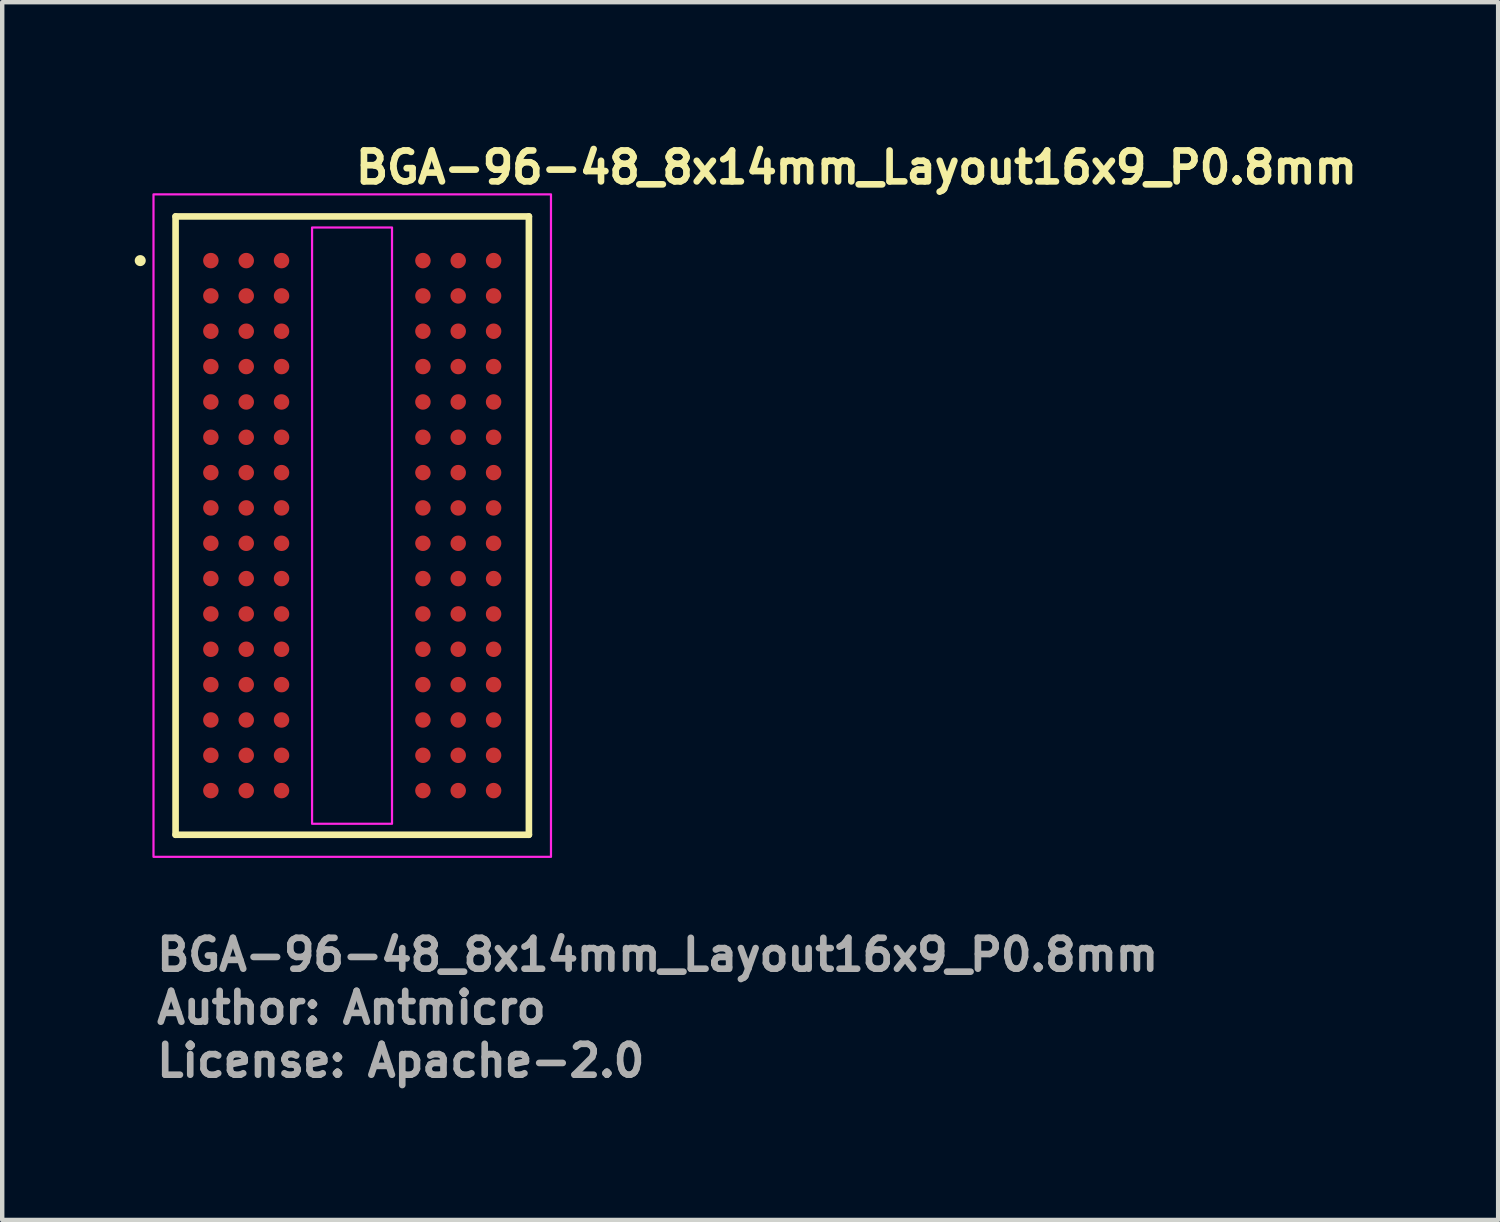
<source format=kicad_pcb>
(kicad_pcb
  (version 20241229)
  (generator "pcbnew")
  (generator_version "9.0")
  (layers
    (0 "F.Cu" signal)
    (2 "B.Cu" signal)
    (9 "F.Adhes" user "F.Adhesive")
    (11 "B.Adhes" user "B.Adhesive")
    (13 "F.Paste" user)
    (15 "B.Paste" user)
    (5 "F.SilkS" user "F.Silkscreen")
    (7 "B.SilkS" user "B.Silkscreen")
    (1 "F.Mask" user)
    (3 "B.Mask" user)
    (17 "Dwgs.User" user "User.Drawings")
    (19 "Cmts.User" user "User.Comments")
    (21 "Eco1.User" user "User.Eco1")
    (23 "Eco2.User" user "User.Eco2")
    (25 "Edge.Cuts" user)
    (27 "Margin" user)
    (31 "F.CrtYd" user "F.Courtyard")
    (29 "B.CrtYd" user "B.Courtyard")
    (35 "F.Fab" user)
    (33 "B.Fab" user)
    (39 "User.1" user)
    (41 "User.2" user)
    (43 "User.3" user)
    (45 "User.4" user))
  (footprint "BGA-96-48_8x14mm_Layout16x9_P0.8mm"
    (layer "F.Cu")
    (at 4.925 8.85)
    (property "Reference" "BGA-96-48_8x14mm_Layout16x9_P0.8mm" (at 0 -7.7 0) (layer "F.SilkS") (effects (font (size 0.7 0.7) (thickness 0.15)) (justify left bottom)))
    (attr smd)
    (fp_line (start -4 -7) (end -4 6.999) (stroke (width 0.15) (type solid)) (layer "F.SilkS"))
    (fp_line (start -4 6.999) (end 3.999 6.999) (stroke (width 0.15) (type solid)) (layer "F.SilkS"))
    (fp_line (start 3.999 -7) (end -4 -7) (stroke (width 0.15) (type solid)) (layer "F.SilkS"))
    (fp_line (start 3.999 6.999) (end 3.999 -7) (stroke (width 0.15) (type solid)) (layer "F.SilkS"))
    (fp_circle (center -4.8 -6) (end -4.75 -6) (stroke (width 0.15) (type solid)) (fill yes) (layer "F.SilkS"))
    (fp_rect (start -4.5 -7.5) (end 4.499 7.499) (stroke (width 0.05) (type solid)) (fill no) (layer "F.CrtYd"))
    (fp_poly (pts (xy -0.91 -6.75) (xy 0.9 -6.75) (xy 0.9 6.75) (xy -0.91 6.75)) (stroke (width 0.05) (type solid)) (fill no) (layer "F.CrtYd"))
    (fp_rect (start -4 -7) (end 3.999 6.999) (stroke (width 0.1) (type solid)) (fill no) (layer "User.5"))
    (fp_line (start -4 -7) (end 3.999 -7) (stroke (width 0.02) (type solid)) (layer "User.9"))
    (fp_line (start -4 6.999) (end -4 -7) (stroke (width 0.02) (type solid)) (layer "User.9"))
    (fp_line (start -3.687 -6.026) (end -3.687 -6) (stroke (width 0.02) (type solid)) (layer "User.9"))
    (fp_line (start -3.687 -6) (end -3.687 -6) (stroke (width 0.02) (type solid)) (layer "User.9"))
    (fp_line (start -3.687 -6) (end -3.687 -5.975) (stroke (width 0.02) (type solid)) (layer "User.9"))
    (fp_line (start -3.687 -5.975) (end -3.685 -5.951) (stroke (width 0.02) (type solid)) (layer "User.9"))
    (fp_line (start -3.685 -6.05) (end -3.687 -6.026) (stroke (width 0.02) (type solid)) (layer "User.9"))
    (fp_line (start -3.685 -5.951) (end -3.682 -5.926) (stroke (width 0.02) (type solid)) (layer "User.9"))
    (fp_line (start -3.682 -6.075) (end -3.685 -6.05) (stroke (width 0.02) (type solid)) (layer "User.9"))
    (fp_line (start -3.682 -5.926) (end -3.677 -5.902) (stroke (width 0.02) (type solid)) (layer "User.9"))
    (fp_line (start -3.677 -6.099) (end -3.682 -6.075) (stroke (width 0.02) (type solid)) (layer "User.9"))
    (fp_line (start -3.677 -5.902) (end -3.672 -5.879) (stroke (width 0.02) (type solid)) (layer "User.9"))
    (fp_line (start -3.672 -6.122) (end -3.677 -6.099) (stroke (width 0.02) (type solid)) (layer "User.9"))
    (fp_line (start -3.672 -5.879) (end -3.665 -5.856) (stroke (width 0.02) (type solid)) (layer "User.9"))
    (fp_line (start -3.665 -6.145) (end -3.672 -6.122) (stroke (width 0.02) (type solid)) (layer "User.9"))
    (fp_line (start -3.665 -5.856) (end -3.658 -5.833) (stroke (width 0.02) (type solid)) (layer "User.9"))
    (fp_line (start -3.658 -6.168) (end -3.665 -6.145) (stroke (width 0.02) (type solid)) (layer "User.9"))
    (fp_line (start -3.658 -5.833) (end -3.649 -5.811) (stroke (width 0.02) (type solid)) (layer "User.9"))
    (fp_line (start -3.649 -6.19) (end -3.658 -6.168) (stroke (width 0.02) (type solid)) (layer "User.9"))
    (fp_line (start -3.649 -5.811) (end -3.639 -5.789) (stroke (width 0.02) (type solid)) (layer "User.9"))
    (fp_line (start -3.639 -6.212) (end -3.649 -6.19) (stroke (width 0.02) (type solid)) (layer "User.9"))
    (fp_line (start -3.639 -5.789) (end -3.629 -5.768) (stroke (width 0.02) (type solid)) (layer "User.9"))
    (fp_line (start -3.629 -6.233) (end -3.639 -6.212) (stroke (width 0.02) (type solid)) (layer "User.9"))
    (fp_line (start -3.629 -5.768) (end -3.617 -5.748) (stroke (width 0.02) (type solid)) (layer "User.9"))
    (fp_line (start -3.617 -6.253) (end -3.629 -6.233) (stroke (width 0.02) (type solid)) (layer "User.9"))
    (fp_line (start -3.617 -5.748) (end -3.604 -5.728) (stroke (width 0.02) (type solid)) (layer "User.9"))
    (fp_line (start -3.604 -6.273) (end -3.617 -6.253) (stroke (width 0.02) (type solid)) (layer "User.9"))
    (fp_line (start -3.604 -5.728) (end -3.591 -5.709) (stroke (width 0.02) (type solid)) (layer "User.9"))
    (fp_line (start -3.591 -6.292) (end -3.604 -6.273) (stroke (width 0.02) (type solid)) (layer "User.9"))
    (fp_line (start -3.591 -5.709) (end -3.576 -5.691) (stroke (width 0.02) (type solid)) (layer "User.9"))
    (fp_line (start -3.576 -6.31) (end -3.591 -6.292) (stroke (width 0.02) (type solid)) (layer "User.9"))
    (fp_line (start -3.576 -5.691) (end -3.561 -5.673) (stroke (width 0.02) (type solid)) (layer "User.9"))
    (fp_line (start -3.561 -6.328) (end -3.576 -6.31) (stroke (width 0.02) (type solid)) (layer "User.9"))
    (fp_line (start -3.561 -5.673) (end -3.545 -5.656) (stroke (width 0.02) (type solid)) (layer "User.9"))
    (fp_line (start -3.545 -6.345) (end -3.561 -6.328) (stroke (width 0.02) (type solid)) (layer "User.9"))
    (fp_line (start -3.545 -5.656) (end -3.528 -5.64) (stroke (width 0.02) (type solid)) (layer "User.9"))
    (fp_line (start -3.528 -6.361) (end -3.545 -6.345) (stroke (width 0.02) (type solid)) (layer "User.9"))
    (fp_line (start -3.528 -5.64) (end -3.51 -5.625) (stroke (width 0.02) (type solid)) (layer "User.9"))
    (fp_line (start -3.51 -6.376) (end -3.528 -6.361) (stroke (width 0.02) (type solid)) (layer "User.9"))
    (fp_line (start -3.51 -5.625) (end -3.492 -5.61) (stroke (width 0.02) (type solid)) (layer "User.9"))
    (fp_line (start -3.492 -6.391) (end -3.51 -6.376) (stroke (width 0.02) (type solid)) (layer "User.9"))
    (fp_line (start -3.492 -5.61) (end -3.473 -5.597) (stroke (width 0.02) (type solid)) (layer "User.9"))
    (fp_line (start -3.473 -6.404) (end -3.492 -6.391) (stroke (width 0.02) (type solid)) (layer "User.9"))
    (fp_line (start -3.473 -5.597) (end -3.453 -5.584) (stroke (width 0.02) (type solid)) (layer "User.9"))
    (fp_line (start -3.453 -6.417) (end -3.473 -6.404) (stroke (width 0.02) (type solid)) (layer "User.9"))
    (fp_line (start -3.453 -5.584) (end -3.433 -5.572) (stroke (width 0.02) (type solid)) (layer "User.9"))
    (fp_line (start -3.433 -6.429) (end -3.453 -6.417) (stroke (width 0.02) (type solid)) (layer "User.9"))
    (fp_line (start -3.433 -5.572) (end -3.412 -5.562) (stroke (width 0.02) (type solid)) (layer "User.9"))
    (fp_line (start -3.412 -6.439) (end -3.433 -6.429) (stroke (width 0.02) (type solid)) (layer "User.9"))
    (fp_line (start -3.412 -5.562) (end -3.39 -5.552) (stroke (width 0.02) (type solid)) (layer "User.9"))
    (fp_line (start -3.39 -6.449) (end -3.412 -6.439) (stroke (width 0.02) (type solid)) (layer "User.9"))
    (fp_line (start -3.39 -5.552) (end -3.368 -5.543) (stroke (width 0.02) (type solid)) (layer "User.9"))
    (fp_line (start -3.368 -6.458) (end -3.39 -6.449) (stroke (width 0.02) (type solid)) (layer "User.9"))
    (fp_line (start -3.368 -5.543) (end -3.345 -5.536) (stroke (width 0.02) (type solid)) (layer "User.9"))
    (fp_line (start -3.345 -6.465) (end -3.368 -6.458) (stroke (width 0.02) (type solid)) (layer "User.9"))
    (fp_line (start -3.345 -5.536) (end -3.322 -5.529) (stroke (width 0.02) (type solid)) (layer "User.9"))
    (fp_line (start -3.322 -6.472) (end -3.345 -6.465) (stroke (width 0.02) (type solid)) (layer "User.9"))
    (fp_line (start -3.322 -5.529) (end -3.299 -5.524) (stroke (width 0.02) (type solid)) (layer "User.9"))
    (fp_line (start -3.299 -6.477) (end -3.322 -6.472) (stroke (width 0.02) (type solid)) (layer "User.9"))
    (fp_line (start -3.299 -5.524) (end -3.275 -5.519) (stroke (width 0.02) (type solid)) (layer "User.9"))
    (fp_line (start -3.275 -6.482) (end -3.299 -6.477) (stroke (width 0.02) (type solid)) (layer "User.9"))
    (fp_line (start -3.275 -5.519) (end -3.25 -5.516) (stroke (width 0.02) (type solid)) (layer "User.9"))
    (fp_line (start -3.25 -6.485) (end -3.275 -6.482) (stroke (width 0.02) (type solid)) (layer "User.9"))
    (fp_line (start -3.25 -5.516) (end -3.226 -5.514) (stroke (width 0.02) (type solid)) (layer "User.9"))
    (fp_line (start -3.226 -6.487) (end -3.25 -6.485) (stroke (width 0.02) (type solid)) (layer "User.9"))
    (fp_line (start -3.226 -5.514) (end -3.201 -5.514) (stroke (width 0.02) (type solid)) (layer "User.9"))
    (fp_line (start -3.201 -6.487) (end -3.226 -6.487) (stroke (width 0.02) (type solid)) (layer "User.9"))
    (fp_line (start -3.201 -6.487) (end -3.201 -6.487) (stroke (width 0.02) (type solid)) (layer "User.9"))
    (fp_line (start -3.201 -5.514) (end -3.201 -5.514) (stroke (width 0.02) (type solid)) (layer "User.9"))
    (fp_line (start -3.201 -5.514) (end -3.175 -5.514) (stroke (width 0.02) (type solid)) (layer "User.9"))
    (fp_line (start -3.175 -6.487) (end -3.201 -6.487) (stroke (width 0.02) (type solid)) (layer "User.9"))
    (fp_line (start -3.175 -5.514) (end -3.151 -5.516) (stroke (width 0.02) (type solid)) (layer "User.9"))
    (fp_line (start -3.151 -6.485) (end -3.175 -6.487) (stroke (width 0.02) (type solid)) (layer "User.9"))
    (fp_line (start -3.151 -5.516) (end -3.126 -5.519) (stroke (width 0.02) (type solid)) (layer "User.9"))
    (fp_line (start -3.126 -6.482) (end -3.151 -6.485) (stroke (width 0.02) (type solid)) (layer "User.9"))
    (fp_line (start -3.126 -5.519) (end -3.102 -5.524) (stroke (width 0.02) (type solid)) (layer "User.9"))
    (fp_line (start -3.102 -6.477) (end -3.126 -6.482) (stroke (width 0.02) (type solid)) (layer "User.9"))
    (fp_line (start -3.102 -5.524) (end -3.079 -5.529) (stroke (width 0.02) (type solid)) (layer "User.9"))
    (fp_line (start -3.079 -6.472) (end -3.102 -6.477) (stroke (width 0.02) (type solid)) (layer "User.9"))
    (fp_line (start -3.079 -5.529) (end -3.056 -5.536) (stroke (width 0.02) (type solid)) (layer "User.9"))
    (fp_line (start -3.056 -6.465) (end -3.079 -6.472) (stroke (width 0.02) (type solid)) (layer "User.9"))
    (fp_line (start -3.056 -5.536) (end -3.033 -5.543) (stroke (width 0.02) (type solid)) (layer "User.9"))
    (fp_line (start -3.033 -6.458) (end -3.056 -6.465) (stroke (width 0.02) (type solid)) (layer "User.9"))
    (fp_line (start -3.033 -5.543) (end -3.011 -5.552) (stroke (width 0.02) (type solid)) (layer "User.9"))
    (fp_line (start -3.011 -6.449) (end -3.033 -6.458) (stroke (width 0.02) (type solid)) (layer "User.9"))
    (fp_line (start -3.011 -5.552) (end -2.989 -5.562) (stroke (width 0.02) (type solid)) (layer "User.9"))
    (fp_line (start -2.989 -6.439) (end -3.011 -6.449) (stroke (width 0.02) (type solid)) (layer "User.9"))
    (fp_line (start -2.989 -5.562) (end -2.968 -5.572) (stroke (width 0.02) (type solid)) (layer "User.9"))
    (fp_line (start -2.968 -6.429) (end -2.989 -6.439) (stroke (width 0.02) (type solid)) (layer "User.9"))
    (fp_line (start -2.968 -5.572) (end -2.948 -5.584) (stroke (width 0.02) (type solid)) (layer "User.9"))
    (fp_line (start -2.948 -6.417) (end -2.968 -6.429) (stroke (width 0.02) (type solid)) (layer "User.9"))
    (fp_line (start -2.948 -5.584) (end -2.928 -5.597) (stroke (width 0.02) (type solid)) (layer "User.9"))
    (fp_line (start -2.928 -6.404) (end -2.948 -6.417) (stroke (width 0.02) (type solid)) (layer "User.9"))
    (fp_line (start -2.928 -5.597) (end -2.909 -5.61) (stroke (width 0.02) (type solid)) (layer "User.9"))
    (fp_line (start -2.909 -6.391) (end -2.928 -6.404) (stroke (width 0.02) (type solid)) (layer "User.9"))
    (fp_line (start -2.909 -5.61) (end -2.891 -5.625) (stroke (width 0.02) (type solid)) (layer "User.9"))
    (fp_line (start -2.891 -6.376) (end -2.909 -6.391) (stroke (width 0.02) (type solid)) (layer "User.9"))
    (fp_line (start -2.891 -5.625) (end -2.873 -5.64) (stroke (width 0.02) (type solid)) (layer "User.9"))
    (fp_line (start -2.873 -6.361) (end -2.891 -6.376) (stroke (width 0.02) (type solid)) (layer "User.9"))
    (fp_line (start -2.873 -5.64) (end -2.856 -5.656) (stroke (width 0.02) (type solid)) (layer "User.9"))
    (fp_line (start -2.856 -6.345) (end -2.873 -6.361) (stroke (width 0.02) (type solid)) (layer "User.9"))
    (fp_line (start -2.856 -5.656) (end -2.84 -5.673) (stroke (width 0.02) (type solid)) (layer "User.9"))
    (fp_line (start -2.84 -6.328) (end -2.856 -6.345) (stroke (width 0.02) (type solid)) (layer "User.9"))
    (fp_line (start -2.84 -5.673) (end -2.825 -5.691) (stroke (width 0.02) (type solid)) (layer "User.9"))
    (fp_line (start -2.825 -6.31) (end -2.84 -6.328) (stroke (width 0.02) (type solid)) (layer "User.9"))
    (fp_line (start -2.825 -5.691) (end -2.81 -5.709) (stroke (width 0.02) (type solid)) (layer "User.9"))
    (fp_line (start -2.81 -6.292) (end -2.825 -6.31) (stroke (width 0.02) (type solid)) (layer "User.9"))
    (fp_line (start -2.81 -5.709) (end -2.797 -5.728) (stroke (width 0.02) (type solid)) (layer "User.9"))
    (fp_line (start -2.797 -6.273) (end -2.81 -6.292) (stroke (width 0.02) (type solid)) (layer "User.9"))
    (fp_line (start -2.797 -5.728) (end -2.784 -5.748) (stroke (width 0.02) (type solid)) (layer "User.9"))
    (fp_line (start -2.784 -6.253) (end -2.797 -6.273) (stroke (width 0.02) (type solid)) (layer "User.9"))
    (fp_line (start -2.784 -5.748) (end -2.772 -5.768) (stroke (width 0.02) (type solid)) (layer "User.9"))
    (fp_line (start -2.772 -6.233) (end -2.784 -6.253) (stroke (width 0.02) (type solid)) (layer "User.9"))
    (fp_line (start -2.772 -5.768) (end -2.762 -5.789) (stroke (width 0.02) (type solid)) (layer "User.9"))
    (fp_line (start -2.762 -6.212) (end -2.772 -6.233) (stroke (width 0.02) (type solid)) (layer "User.9"))
    (fp_line (start -2.762 -5.789) (end -2.752 -5.811) (stroke (width 0.02) (type solid)) (layer "User.9"))
    (fp_line (start -2.752 -6.19) (end -2.762 -6.212) (stroke (width 0.02) (type solid)) (layer "User.9"))
    (fp_line (start -2.752 -5.811) (end -2.743 -5.833) (stroke (width 0.02) (type solid)) (layer "User.9"))
    (fp_line (start -2.743 -6.168) (end -2.752 -6.19) (stroke (width 0.02) (type solid)) (layer "User.9"))
    (fp_line (start -2.743 -5.833) (end -2.736 -5.856) (stroke (width 0.02) (type solid)) (layer "User.9"))
    (fp_line (start -2.736 -6.145) (end -2.743 -6.168) (stroke (width 0.02) (type solid)) (layer "User.9"))
    (fp_line (start -2.736 -5.856) (end -2.729 -5.879) (stroke (width 0.02) (type solid)) (layer "User.9"))
    (fp_line (start -2.729 -6.122) (end -2.736 -6.145) (stroke (width 0.02) (type solid)) (layer "User.9"))
    (fp_line (start -2.729 -5.879) (end -2.724 -5.902) (stroke (width 0.02) (type solid)) (layer "User.9"))
    (fp_line (start -2.724 -6.099) (end -2.729 -6.122) (stroke (width 0.02) (type solid)) (layer "User.9"))
    (fp_line (start -2.724 -5.902) (end -2.719 -5.926) (stroke (width 0.02) (type solid)) (layer "User.9"))
    (fp_line (start -2.719 -6.075) (end -2.724 -6.099) (stroke (width 0.02) (type solid)) (layer "User.9"))
    (fp_line (start -2.719 -5.926) (end -2.716 -5.951) (stroke (width 0.02) (type solid)) (layer "User.9"))
    (fp_line (start -2.716 -6.05) (end -2.719 -6.075) (stroke (width 0.02) (type solid)) (layer "User.9"))
    (fp_line (start -2.716 -5.951) (end -2.714 -5.975) (stroke (width 0.02) (type solid)) (layer "User.9"))
    (fp_line (start -2.714 -6.026) (end -2.716 -6.05) (stroke (width 0.02) (type solid)) (layer "User.9"))
    (fp_line (start -2.714 -6) (end -2.714 -6.026) (stroke (width 0.02) (type solid)) (layer "User.9"))
    (fp_line (start -2.714 -6) (end -2.714 -6) (stroke (width 0.02) (type solid)) (layer "User.9"))
    (fp_line (start -2.714 -6) (end -2.714 -6) (stroke (width 0.02) (type solid)) (layer "User.9"))
    (fp_line (start -2.714 -5.975) (end -2.714 -6) (stroke (width 0.02) (type solid)) (layer "User.9"))
    (fp_line (start 3.999 -7) (end 3.999 6.999) (stroke (width 0.02) (type solid)) (layer "User.9"))
    (fp_line (start 3.999 6.999) (end -4 6.999) (stroke (width 0.02) (type solid)) (layer "User.9"))
    (fp_text user "License: Apache-2.0" (at -4.5 12.525 0) (layer "F.Fab") (effects (font (size 0.7 0.7) (thickness 0.15)) (justify left bottom)))
    (fp_text user "Author: Antmicro" (at -4.5 11.325 0) (layer "F.Fab") (effects (font (size 0.7 0.7) (thickness 0.15)) (justify left bottom)))
    (fp_text user "${REFERENCE}" (at -4.5 10.125 0) (layer "F.Fab") (effects (font (size 0.7 0.7) (thickness 0.15)) (justify left bottom)))
    (pad "A1" smd circle (at -3.201 -6) (size 0.35 0.35) (layers "F.Cu" "F.Mask" "F.Paste"))
    (pad "A2" smd circle (at -2.4 -6) (size 0.35 0.35) (layers "F.Cu" "F.Mask" "F.Paste"))
    (pad "A3" smd circle (at -1.601 -6) (size 0.35 0.35) (layers "F.Cu" "F.Mask" "F.Paste"))
    (pad "A7" smd circle (at 1.6 -6) (size 0.35 0.35) (layers "F.Cu" "F.Mask" "F.Paste"))
    (pad "A8" smd circle (at 2.399 -6) (size 0.35 0.35) (layers "F.Cu" "F.Mask" "F.Paste"))
    (pad "A9" smd circle (at 3.2 -6) (size 0.35 0.35) (layers "F.Cu" "F.Mask" "F.Paste"))
    (pad "B1" smd circle (at -3.201 -5.201) (size 0.35 0.35) (layers "F.Cu" "F.Mask" "F.Paste"))
    (pad "B2" smd circle (at -2.4 -5.201) (size 0.35 0.35) (layers "F.Cu" "F.Mask" "F.Paste"))
    (pad "B3" smd circle (at -1.601 -5.201) (size 0.35 0.35) (layers "F.Cu" "F.Mask" "F.Paste"))
    (pad "B7" smd circle (at 1.6 -5.201) (size 0.35 0.35) (layers "F.Cu" "F.Mask" "F.Paste"))
    (pad "B8" smd circle (at 2.399 -5.201) (size 0.35 0.35) (layers "F.Cu" "F.Mask" "F.Paste"))
    (pad "B9" smd circle (at 3.2 -5.201) (size 0.35 0.35) (layers "F.Cu" "F.Mask" "F.Paste"))
    (pad "C1" smd circle (at -3.201 -4.401) (size 0.35 0.35) (layers "F.Cu" "F.Mask" "F.Paste"))
    (pad "C2" smd circle (at -2.4 -4.401) (size 0.35 0.35) (layers "F.Cu" "F.Mask" "F.Paste"))
    (pad "C3" smd circle (at -1.601 -4.401) (size 0.35 0.35) (layers "F.Cu" "F.Mask" "F.Paste"))
    (pad "C7" smd circle (at 1.6 -4.401) (size 0.35 0.35) (layers "F.Cu" "F.Mask" "F.Paste"))
    (pad "C8" smd circle (at 2.399 -4.401) (size 0.35 0.35) (layers "F.Cu" "F.Mask" "F.Paste"))
    (pad "C9" smd circle (at 3.2 -4.401) (size 0.35 0.35) (layers "F.Cu" "F.Mask" "F.Paste"))
    (pad "D1" smd circle (at -3.201 -3.601) (size 0.35 0.35) (layers "F.Cu" "F.Mask" "F.Paste"))
    (pad "D2" smd circle (at -2.4 -3.601) (size 0.35 0.35) (layers "F.Cu" "F.Mask" "F.Paste"))
    (pad "D3" smd circle (at -1.601 -3.601) (size 0.35 0.35) (layers "F.Cu" "F.Mask" "F.Paste"))
    (pad "D7" smd circle (at 1.6 -3.601) (size 0.35 0.35) (layers "F.Cu" "F.Mask" "F.Paste"))
    (pad "D8" smd circle (at 2.399 -3.601) (size 0.35 0.35) (layers "F.Cu" "F.Mask" "F.Paste"))
    (pad "D9" smd circle (at 3.2 -3.601) (size 0.35 0.35) (layers "F.Cu" "F.Mask" "F.Paste"))
    (pad "E1" smd circle (at -3.201 -2.8) (size 0.35 0.35) (layers "F.Cu" "F.Mask" "F.Paste"))
    (pad "E2" smd circle (at -2.4 -2.8) (size 0.35 0.35) (layers "F.Cu" "F.Mask" "F.Paste"))
    (pad "E3" smd circle (at -1.601 -2.8) (size 0.35 0.35) (layers "F.Cu" "F.Mask" "F.Paste"))
    (pad "E7" smd circle (at 1.6 -2.8) (size 0.35 0.35) (layers "F.Cu" "F.Mask" "F.Paste"))
    (pad "E8" smd circle (at 2.399 -2.8) (size 0.35 0.35) (layers "F.Cu" "F.Mask" "F.Paste"))
    (pad "E9" smd circle (at 3.2 -2.8) (size 0.35 0.35) (layers "F.Cu" "F.Mask" "F.Paste"))
    (pad "F1" smd circle (at -3.201 -2) (size 0.35 0.35) (layers "F.Cu" "F.Mask" "F.Paste"))
    (pad "F2" smd circle (at -2.4 -2) (size 0.35 0.35) (layers "F.Cu" "F.Mask" "F.Paste"))
    (pad "F3" smd circle (at -1.601 -2) (size 0.35 0.35) (layers "F.Cu" "F.Mask" "F.Paste"))
    (pad "F7" smd circle (at 1.6 -2) (size 0.35 0.35) (layers "F.Cu" "F.Mask" "F.Paste"))
    (pad "F8" smd circle (at 2.399 -2) (size 0.35 0.35) (layers "F.Cu" "F.Mask" "F.Paste"))
    (pad "F9" smd circle (at 3.2 -2) (size 0.35 0.35) (layers "F.Cu" "F.Mask" "F.Paste"))
    (pad "G1" smd circle (at -3.201 -1.2) (size 0.35 0.35) (layers "F.Cu" "F.Mask" "F.Paste"))
    (pad "G2" smd circle (at -2.4 -1.2) (size 0.35 0.35) (layers "F.Cu" "F.Mask" "F.Paste"))
    (pad "G3" smd circle (at -1.601 -1.2) (size 0.35 0.35) (layers "F.Cu" "F.Mask" "F.Paste"))
    (pad "G7" smd circle (at 1.6 -1.2) (size 0.35 0.35) (layers "F.Cu" "F.Mask" "F.Paste"))
    (pad "G8" smd circle (at 2.399 -1.2) (size 0.35 0.35) (layers "F.Cu" "F.Mask" "F.Paste"))
    (pad "G9" smd circle (at 3.2 -1.2) (size 0.35 0.35) (layers "F.Cu" "F.Mask" "F.Paste"))
    (pad "H1" smd circle (at -3.201 -0.401) (size 0.35 0.35) (layers "F.Cu" "F.Mask" "F.Paste"))
    (pad "H2" smd circle (at -2.4 -0.401) (size 0.35 0.35) (layers "F.Cu" "F.Mask" "F.Paste"))
    (pad "H3" smd circle (at -1.601 -0.401) (size 0.35 0.35) (layers "F.Cu" "F.Mask" "F.Paste"))
    (pad "H7" smd circle (at 1.6 -0.401) (size 0.35 0.35) (layers "F.Cu" "F.Mask" "F.Paste"))
    (pad "H8" smd circle (at 2.399 -0.401) (size 0.35 0.35) (layers "F.Cu" "F.Mask" "F.Paste"))
    (pad "H9" smd circle (at 3.2 -0.401) (size 0.35 0.35) (layers "F.Cu" "F.Mask" "F.Paste"))
    (pad "J1" smd circle (at -3.201 0.4) (size 0.35 0.35) (layers "F.Cu" "F.Mask" "F.Paste"))
    (pad "J2" smd circle (at -2.4 0.4) (size 0.35 0.35) (layers "F.Cu" "F.Mask" "F.Paste"))
    (pad "J3" smd circle (at -1.601 0.4) (size 0.35 0.35) (layers "F.Cu" "F.Mask" "F.Paste"))
    (pad "J7" smd circle (at 1.6 0.4) (size 0.35 0.35) (layers "F.Cu" "F.Mask" "F.Paste"))
    (pad "J8" smd circle (at 2.399 0.4) (size 0.35 0.35) (layers "F.Cu" "F.Mask" "F.Paste"))
    (pad "J9" smd circle (at 3.2 0.4) (size 0.35 0.35) (layers "F.Cu" "F.Mask" "F.Paste"))
    (pad "K1" smd circle (at -3.201 1.199) (size 0.35 0.35) (layers "F.Cu" "F.Mask" "F.Paste"))
    (pad "K2" smd circle (at -2.4 1.199) (size 0.35 0.35) (layers "F.Cu" "F.Mask" "F.Paste"))
    (pad "K3" smd circle (at -1.601 1.199) (size 0.35 0.35) (layers "F.Cu" "F.Mask" "F.Paste"))
    (pad "K7" smd circle (at 1.6 1.199) (size 0.35 0.35) (layers "F.Cu" "F.Mask" "F.Paste"))
    (pad "K8" smd circle (at 2.399 1.199) (size 0.35 0.35) (layers "F.Cu" "F.Mask" "F.Paste"))
    (pad "K9" smd circle (at 3.2 1.199) (size 0.35 0.35) (layers "F.Cu" "F.Mask" "F.Paste"))
    (pad "L1" smd circle (at -3.201 1.999) (size 0.35 0.35) (layers "F.Cu" "F.Mask" "F.Paste"))
    (pad "L2" smd circle (at -2.4 1.999) (size 0.35 0.35) (layers "F.Cu" "F.Mask" "F.Paste"))
    (pad "L3" smd circle (at -1.601 1.999) (size 0.35 0.35) (layers "F.Cu" "F.Mask" "F.Paste"))
    (pad "L7" smd circle (at 1.6 1.999) (size 0.35 0.35) (layers "F.Cu" "F.Mask" "F.Paste"))
    (pad "L8" smd circle (at 2.399 1.999) (size 0.35 0.35) (layers "F.Cu" "F.Mask" "F.Paste"))
    (pad "L9" smd circle (at 3.2 1.999) (size 0.35 0.35) (layers "F.Cu" "F.Mask" "F.Paste"))
    (pad "M1" smd circle (at -3.201 2.799) (size 0.35 0.35) (layers "F.Cu" "F.Mask" "F.Paste"))
    (pad "M2" smd circle (at -2.4 2.799) (size 0.35 0.35) (layers "F.Cu" "F.Mask" "F.Paste"))
    (pad "M3" smd circle (at -1.601 2.799) (size 0.35 0.35) (layers "F.Cu" "F.Mask" "F.Paste"))
    (pad "M7" smd circle (at 1.6 2.799) (size 0.35 0.35) (layers "F.Cu" "F.Mask" "F.Paste"))
    (pad "M8" smd circle (at 2.399 2.799) (size 0.35 0.35) (layers "F.Cu" "F.Mask" "F.Paste"))
    (pad "M9" smd circle (at 3.2 2.799) (size 0.35 0.35) (layers "F.Cu" "F.Mask" "F.Paste"))
    (pad "N1" smd circle (at -3.201 3.6) (size 0.35 0.35) (layers "F.Cu" "F.Mask" "F.Paste"))
    (pad "N2" smd circle (at -2.4 3.6) (size 0.35 0.35) (layers "F.Cu" "F.Mask" "F.Paste"))
    (pad "N3" smd circle (at -1.601 3.6) (size 0.35 0.35) (layers "F.Cu" "F.Mask" "F.Paste"))
    (pad "N7" smd circle (at 1.6 3.6) (size 0.35 0.35) (layers "F.Cu" "F.Mask" "F.Paste"))
    (pad "N8" smd circle (at 2.399 3.6) (size 0.35 0.35) (layers "F.Cu" "F.Mask" "F.Paste"))
    (pad "N9" smd circle (at 3.2 3.6) (size 0.35 0.35) (layers "F.Cu" "F.Mask" "F.Paste"))
    (pad "P1" smd circle (at -3.201 4.4) (size 0.35 0.35) (layers "F.Cu" "F.Mask" "F.Paste"))
    (pad "P2" smd circle (at -2.4 4.4) (size 0.35 0.35) (layers "F.Cu" "F.Mask" "F.Paste"))
    (pad "P3" smd circle (at -1.601 4.4) (size 0.35 0.35) (layers "F.Cu" "F.Mask" "F.Paste"))
    (pad "P7" smd circle (at 1.6 4.4) (size 0.35 0.35) (layers "F.Cu" "F.Mask" "F.Paste"))
    (pad "P8" smd circle (at 2.399 4.4) (size 0.35 0.35) (layers "F.Cu" "F.Mask" "F.Paste"))
    (pad "P9" smd circle (at 3.2 4.4) (size 0.35 0.35) (layers "F.Cu" "F.Mask" "F.Paste"))
    (pad "R1" smd circle (at -3.201 5.2) (size 0.35 0.35) (layers "F.Cu" "F.Mask" "F.Paste"))
    (pad "R2" smd circle (at -2.4 5.2) (size 0.35 0.35) (layers "F.Cu" "F.Mask" "F.Paste"))
    (pad "R3" smd circle (at -1.601 5.2) (size 0.35 0.35) (layers "F.Cu" "F.Mask" "F.Paste"))
    (pad "R7" smd circle (at 1.6 5.2) (size 0.35 0.35) (layers "F.Cu" "F.Mask" "F.Paste"))
    (pad "R8" smd circle (at 2.399 5.2) (size 0.35 0.35) (layers "F.Cu" "F.Mask" "F.Paste"))
    (pad "R9" smd circle (at 3.2 5.2) (size 0.35 0.35) (layers "F.Cu" "F.Mask" "F.Paste"))
    (pad "T1" smd circle (at -3.201 5.999) (size 0.35 0.35) (layers "F.Cu" "F.Mask" "F.Paste"))
    (pad "T2" smd circle (at -2.4 5.999) (size 0.35 0.35) (layers "F.Cu" "F.Mask" "F.Paste"))
    (pad "T3" smd circle (at -1.601 5.999) (size 0.35 0.35) (layers "F.Cu" "F.Mask" "F.Paste"))
    (pad "T7" smd circle (at 1.6 5.999) (size 0.35 0.35) (layers "F.Cu" "F.Mask" "F.Paste"))
    (pad "T8" smd circle (at 2.399 5.999) (size 0.35 0.35) (layers "F.Cu" "F.Mask" "F.Paste"))
    (pad "T9" smd circle (at 3.2 5.999) (size 0.35 0.35) (layers "F.Cu" "F.Mask" "F.Paste")))
  (gr_rect
    (start -3 -3)
    (end 30.868 24.57)
    (stroke (width 0.1) (type default))
    (fill no)
    (layer "Edge.Cuts")))
</source>
